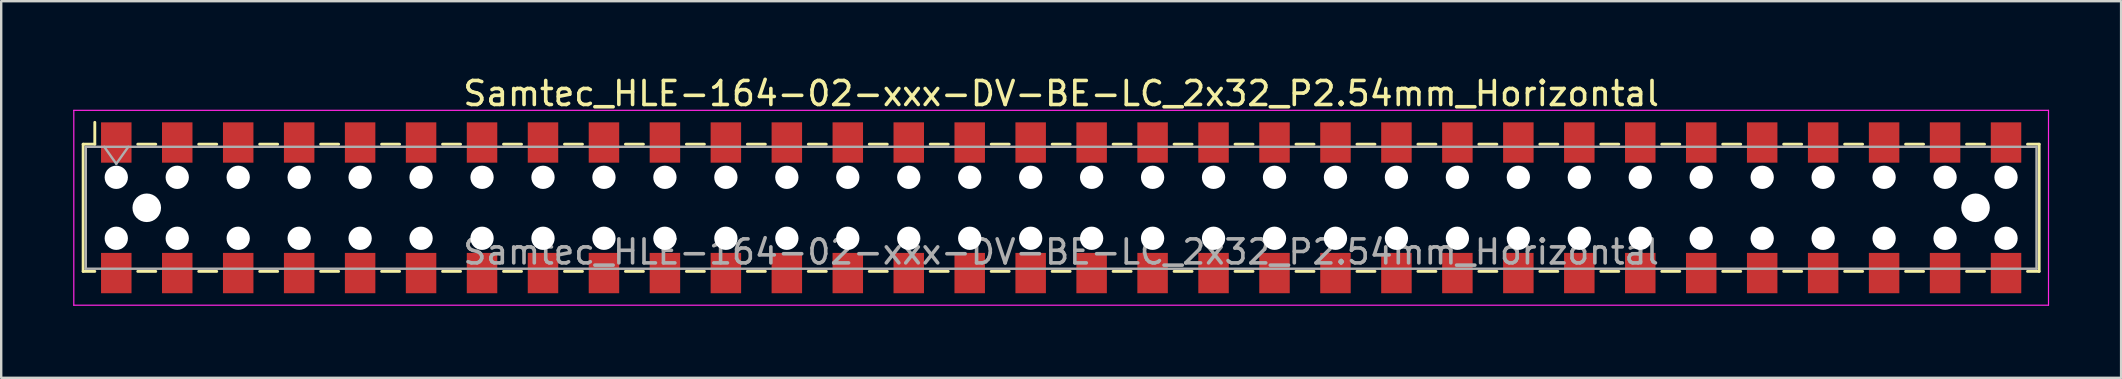
<source format=kicad_pcb>
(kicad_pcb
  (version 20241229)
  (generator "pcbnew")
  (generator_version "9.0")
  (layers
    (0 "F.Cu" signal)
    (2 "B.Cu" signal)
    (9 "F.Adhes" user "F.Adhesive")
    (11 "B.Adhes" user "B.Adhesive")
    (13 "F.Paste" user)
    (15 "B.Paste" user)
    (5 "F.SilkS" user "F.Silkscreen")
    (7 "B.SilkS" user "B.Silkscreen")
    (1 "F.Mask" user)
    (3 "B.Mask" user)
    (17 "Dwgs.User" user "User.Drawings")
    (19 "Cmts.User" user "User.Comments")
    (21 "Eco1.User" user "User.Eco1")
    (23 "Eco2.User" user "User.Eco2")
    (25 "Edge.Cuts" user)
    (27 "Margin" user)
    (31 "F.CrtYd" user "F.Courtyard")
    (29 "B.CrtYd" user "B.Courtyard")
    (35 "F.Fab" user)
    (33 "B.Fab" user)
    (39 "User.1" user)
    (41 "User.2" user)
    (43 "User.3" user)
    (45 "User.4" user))
  (footprint "Samtec_HLE-164-02-xxx-DV-BE-LC_2x32_P2.54mm_Horizontal"
    (layer "F.Cu")
    (at 41.165 5.608)
    (property "Reference" "Samtec_HLE-164-02-xxx-DV-BE-LC_2x32_P2.54mm_Horizontal" (at 0 -4.76 0) (layer "F.SilkS") (effects (font (size 1 1) (thickness 0.15))))
    (attr smd)
    (fp_line (start -40.75 -2.65) (end -40.75 2.65) (stroke (width 0.12) (type solid)) (layer "F.SilkS"))
    (fp_line (start -40.75 2.65) (end -40.265 2.65) (stroke (width 0.12) (type solid)) (layer "F.SilkS"))
    (fp_line (start -40.265 -3.56) (end -40.265 -2.65) (stroke (width 0.12) (type solid)) (layer "F.SilkS"))
    (fp_line (start -40.265 -2.65) (end -40.75 -2.65) (stroke (width 0.12) (type solid)) (layer "F.SilkS"))
    (fp_line (start -38.475 -2.65) (end -37.725 -2.65) (stroke (width 0.12) (type solid)) (layer "F.SilkS"))
    (fp_line (start -38.475 2.65) (end -37.725 2.65) (stroke (width 0.12) (type solid)) (layer "F.SilkS"))
    (fp_line (start -35.935 -2.65) (end -35.185 -2.65) (stroke (width 0.12) (type solid)) (layer "F.SilkS"))
    (fp_line (start -35.935 2.65) (end -35.185 2.65) (stroke (width 0.12) (type solid)) (layer "F.SilkS"))
    (fp_line (start -33.395 -2.65) (end -32.645 -2.65) (stroke (width 0.12) (type solid)) (layer "F.SilkS"))
    (fp_line (start -33.395 2.65) (end -32.645 2.65) (stroke (width 0.12) (type solid)) (layer "F.SilkS"))
    (fp_line (start -30.855 -2.65) (end -30.105 -2.65) (stroke (width 0.12) (type solid)) (layer "F.SilkS"))
    (fp_line (start -30.855 2.65) (end -30.105 2.65) (stroke (width 0.12) (type solid)) (layer "F.SilkS"))
    (fp_line (start -28.315 -2.65) (end -27.565 -2.65) (stroke (width 0.12) (type solid)) (layer "F.SilkS"))
    (fp_line (start -28.315 2.65) (end -27.565 2.65) (stroke (width 0.12) (type solid)) (layer "F.SilkS"))
    (fp_line (start -25.775 -2.65) (end -25.025 -2.65) (stroke (width 0.12) (type solid)) (layer "F.SilkS"))
    (fp_line (start -25.775 2.65) (end -25.025 2.65) (stroke (width 0.12) (type solid)) (layer "F.SilkS"))
    (fp_line (start -23.235 -2.65) (end -22.485 -2.65) (stroke (width 0.12) (type solid)) (layer "F.SilkS"))
    (fp_line (start -23.235 2.65) (end -22.485 2.65) (stroke (width 0.12) (type solid)) (layer "F.SilkS"))
    (fp_line (start -20.695 -2.65) (end -19.945 -2.65) (stroke (width 0.12) (type solid)) (layer "F.SilkS"))
    (fp_line (start -20.695 2.65) (end -19.945 2.65) (stroke (width 0.12) (type solid)) (layer "F.SilkS"))
    (fp_line (start -18.155 -2.65) (end -17.405 -2.65) (stroke (width 0.12) (type solid)) (layer "F.SilkS"))
    (fp_line (start -18.155 2.65) (end -17.405 2.65) (stroke (width 0.12) (type solid)) (layer "F.SilkS"))
    (fp_line (start -15.615 -2.65) (end -14.865 -2.65) (stroke (width 0.12) (type solid)) (layer "F.SilkS"))
    (fp_line (start -15.615 2.65) (end -14.865 2.65) (stroke (width 0.12) (type solid)) (layer "F.SilkS"))
    (fp_line (start -13.075 -2.65) (end -12.325 -2.65) (stroke (width 0.12) (type solid)) (layer "F.SilkS"))
    (fp_line (start -13.075 2.65) (end -12.325 2.65) (stroke (width 0.12) (type solid)) (layer "F.SilkS"))
    (fp_line (start -10.535 -2.65) (end -9.785 -2.65) (stroke (width 0.12) (type solid)) (layer "F.SilkS"))
    (fp_line (start -10.535 2.65) (end -9.785 2.65) (stroke (width 0.12) (type solid)) (layer "F.SilkS"))
    (fp_line (start -7.995 -2.65) (end -7.245 -2.65) (stroke (width 0.12) (type solid)) (layer "F.SilkS"))
    (fp_line (start -7.995 2.65) (end -7.245 2.65) (stroke (width 0.12) (type solid)) (layer "F.SilkS"))
    (fp_line (start -5.455 -2.65) (end -4.705 -2.65) (stroke (width 0.12) (type solid)) (layer "F.SilkS"))
    (fp_line (start -5.455 2.65) (end -4.705 2.65) (stroke (width 0.12) (type solid)) (layer "F.SilkS"))
    (fp_line (start -2.915 -2.65) (end -2.165 -2.65) (stroke (width 0.12) (type solid)) (layer "F.SilkS"))
    (fp_line (start -2.915 2.65) (end -2.165 2.65) (stroke (width 0.12) (type solid)) (layer "F.SilkS"))
    (fp_line (start -0.375 -2.65) (end 0.375 -2.65) (stroke (width 0.12) (type solid)) (layer "F.SilkS"))
    (fp_line (start -0.375 2.65) (end 0.375 2.65) (stroke (width 0.12) (type solid)) (layer "F.SilkS"))
    (fp_line (start 2.165 -2.65) (end 2.915 -2.65) (stroke (width 0.12) (type solid)) (layer "F.SilkS"))
    (fp_line (start 2.165 2.65) (end 2.915 2.65) (stroke (width 0.12) (type solid)) (layer "F.SilkS"))
    (fp_line (start 4.705 -2.65) (end 5.455 -2.65) (stroke (width 0.12) (type solid)) (layer "F.SilkS"))
    (fp_line (start 4.705 2.65) (end 5.455 2.65) (stroke (width 0.12) (type solid)) (layer "F.SilkS"))
    (fp_line (start 7.245 -2.65) (end 7.995 -2.65) (stroke (width 0.12) (type solid)) (layer "F.SilkS"))
    (fp_line (start 7.245 2.65) (end 7.995 2.65) (stroke (width 0.12) (type solid)) (layer "F.SilkS"))
    (fp_line (start 9.785 -2.65) (end 10.535 -2.65) (stroke (width 0.12) (type solid)) (layer "F.SilkS"))
    (fp_line (start 9.785 2.65) (end 10.535 2.65) (stroke (width 0.12) (type solid)) (layer "F.SilkS"))
    (fp_line (start 12.325 -2.65) (end 13.075 -2.65) (stroke (width 0.12) (type solid)) (layer "F.SilkS"))
    (fp_line (start 12.325 2.65) (end 13.075 2.65) (stroke (width 0.12) (type solid)) (layer "F.SilkS"))
    (fp_line (start 14.865 -2.65) (end 15.615 -2.65) (stroke (width 0.12) (type solid)) (layer "F.SilkS"))
    (fp_line (start 14.865 2.65) (end 15.615 2.65) (stroke (width 0.12) (type solid)) (layer "F.SilkS"))
    (fp_line (start 17.405 -2.65) (end 18.155 -2.65) (stroke (width 0.12) (type solid)) (layer "F.SilkS"))
    (fp_line (start 17.405 2.65) (end 18.155 2.65) (stroke (width 0.12) (type solid)) (layer "F.SilkS"))
    (fp_line (start 19.945 -2.65) (end 20.695 -2.65) (stroke (width 0.12) (type solid)) (layer "F.SilkS"))
    (fp_line (start 19.945 2.65) (end 20.695 2.65) (stroke (width 0.12) (type solid)) (layer "F.SilkS"))
    (fp_line (start 22.485 -2.65) (end 23.235 -2.65) (stroke (width 0.12) (type solid)) (layer "F.SilkS"))
    (fp_line (start 22.485 2.65) (end 23.235 2.65) (stroke (width 0.12) (type solid)) (layer "F.SilkS"))
    (fp_line (start 25.025 -2.65) (end 25.775 -2.65) (stroke (width 0.12) (type solid)) (layer "F.SilkS"))
    (fp_line (start 25.025 2.65) (end 25.775 2.65) (stroke (width 0.12) (type solid)) (layer "F.SilkS"))
    (fp_line (start 27.565 -2.65) (end 28.315 -2.65) (stroke (width 0.12) (type solid)) (layer "F.SilkS"))
    (fp_line (start 27.565 2.65) (end 28.315 2.65) (stroke (width 0.12) (type solid)) (layer "F.SilkS"))
    (fp_line (start 30.105 -2.65) (end 30.855 -2.65) (stroke (width 0.12) (type solid)) (layer "F.SilkS"))
    (fp_line (start 30.105 2.65) (end 30.855 2.65) (stroke (width 0.12) (type solid)) (layer "F.SilkS"))
    (fp_line (start 32.645 -2.65) (end 33.395 -2.65) (stroke (width 0.12) (type solid)) (layer "F.SilkS"))
    (fp_line (start 32.645 2.65) (end 33.395 2.65) (stroke (width 0.12) (type solid)) (layer "F.SilkS"))
    (fp_line (start 35.185 -2.65) (end 35.935 -2.65) (stroke (width 0.12) (type solid)) (layer "F.SilkS"))
    (fp_line (start 35.185 2.65) (end 35.935 2.65) (stroke (width 0.12) (type solid)) (layer "F.SilkS"))
    (fp_line (start 37.725 -2.65) (end 38.475 -2.65) (stroke (width 0.12) (type solid)) (layer "F.SilkS"))
    (fp_line (start 37.725 2.65) (end 38.475 2.65) (stroke (width 0.12) (type solid)) (layer "F.SilkS"))
    (fp_line (start 40.265 -2.65) (end 40.75 -2.65) (stroke (width 0.12) (type solid)) (layer "F.SilkS"))
    (fp_line (start 40.75 -2.65) (end 40.75 2.65) (stroke (width 0.12) (type solid)) (layer "F.SilkS"))
    (fp_line (start 40.75 2.65) (end 40.265 2.65) (stroke (width 0.12) (type solid)) (layer "F.SilkS"))
    (fp_line (start -41.14 -4.06) (end 41.14 -4.06) (stroke (width 0.05) (type solid)) (layer "F.CrtYd"))
    (fp_line (start -41.14 4.06) (end -41.14 -4.06) (stroke (width 0.05) (type solid)) (layer "F.CrtYd"))
    (fp_line (start 41.14 -4.06) (end 41.14 4.06) (stroke (width 0.05) (type solid)) (layer "F.CrtYd"))
    (fp_line (start 41.14 4.06) (end -41.14 4.06) (stroke (width 0.05) (type solid)) (layer "F.CrtYd"))
    (fp_line (start -40.64 -2.54) (end 40.64 -2.54) (stroke (width 0.1) (type solid)) (layer "F.Fab"))
    (fp_line (start -40.64 2.54) (end -40.64 -2.54) (stroke (width 0.1) (type solid)) (layer "F.Fab"))
    (fp_line (start -39.87 -2.54) (end -39.37 -1.833) (stroke (width 0.1) (type solid)) (layer "F.Fab"))
    (fp_line (start -39.37 -1.833) (end -38.87 -2.54) (stroke (width 0.1) (type solid)) (layer "F.Fab"))
    (fp_line (start 40.64 -2.54) (end 40.64 2.54) (stroke (width 0.1) (type solid)) (layer "F.Fab"))
    (fp_line (start 40.64 2.54) (end -40.64 2.54) (stroke (width 0.1) (type solid)) (layer "F.Fab"))
    (fp_text user "${REFERENCE}" (at 0 1.84 0) (layer "F.Fab") (effects (font (size 1 1) (thickness 0.15))))
    (pad "" np_thru_hole circle (at -39.37 -1.27) (size 0.97 0.97) (drill 0.97) (layers "*.Cu" "*.Mask"))
    (pad "" np_thru_hole circle (at -39.37 1.27) (size 0.97 0.97) (drill 0.97) (layers "*.Cu" "*.Mask"))
    (pad "" np_thru_hole circle (at -38.1 0) (size 1.19 1.19) (drill 1.19) (layers "*.Cu" "*.Mask"))
    (pad "" np_thru_hole circle (at -36.83 -1.27) (size 0.97 0.97) (drill 0.97) (layers "*.Cu" "*.Mask"))
    (pad "" np_thru_hole circle (at -36.83 1.27) (size 0.97 0.97) (drill 0.97) (layers "*.Cu" "*.Mask"))
    (pad "" np_thru_hole circle (at -34.29 -1.27) (size 0.97 0.97) (drill 0.97) (layers "*.Cu" "*.Mask"))
    (pad "" np_thru_hole circle (at -34.29 1.27) (size 0.97 0.97) (drill 0.97) (layers "*.Cu" "*.Mask"))
    (pad "" np_thru_hole circle (at -31.75 -1.27) (size 0.97 0.97) (drill 0.97) (layers "*.Cu" "*.Mask"))
    (pad "" np_thru_hole circle (at -31.75 1.27) (size 0.97 0.97) (drill 0.97) (layers "*.Cu" "*.Mask"))
    (pad "" np_thru_hole circle (at -29.21 -1.27) (size 0.97 0.97) (drill 0.97) (layers "*.Cu" "*.Mask"))
    (pad "" np_thru_hole circle (at -29.21 1.27) (size 0.97 0.97) (drill 0.97) (layers "*.Cu" "*.Mask"))
    (pad "" np_thru_hole circle (at -26.67 -1.27) (size 0.97 0.97) (drill 0.97) (layers "*.Cu" "*.Mask"))
    (pad "" np_thru_hole circle (at -26.67 1.27) (size 0.97 0.97) (drill 0.97) (layers "*.Cu" "*.Mask"))
    (pad "" np_thru_hole circle (at -24.13 -1.27) (size 0.97 0.97) (drill 0.97) (layers "*.Cu" "*.Mask"))
    (pad "" np_thru_hole circle (at -24.13 1.27) (size 0.97 0.97) (drill 0.97) (layers "*.Cu" "*.Mask"))
    (pad "" np_thru_hole circle (at -21.59 -1.27) (size 0.97 0.97) (drill 0.97) (layers "*.Cu" "*.Mask"))
    (pad "" np_thru_hole circle (at -21.59 1.27) (size 0.97 0.97) (drill 0.97) (layers "*.Cu" "*.Mask"))
    (pad "" np_thru_hole circle (at -19.05 -1.27) (size 0.97 0.97) (drill 0.97) (layers "*.Cu" "*.Mask"))
    (pad "" np_thru_hole circle (at -19.05 1.27) (size 0.97 0.97) (drill 0.97) (layers "*.Cu" "*.Mask"))
    (pad "" np_thru_hole circle (at -16.51 -1.27) (size 0.97 0.97) (drill 0.97) (layers "*.Cu" "*.Mask"))
    (pad "" np_thru_hole circle (at -16.51 1.27) (size 0.97 0.97) (drill 0.97) (layers "*.Cu" "*.Mask"))
    (pad "" np_thru_hole circle (at -13.97 -1.27) (size 0.97 0.97) (drill 0.97) (layers "*.Cu" "*.Mask"))
    (pad "" np_thru_hole circle (at -13.97 1.27) (size 0.97 0.97) (drill 0.97) (layers "*.Cu" "*.Mask"))
    (pad "" np_thru_hole circle (at -11.43 -1.27) (size 0.97 0.97) (drill 0.97) (layers "*.Cu" "*.Mask"))
    (pad "" np_thru_hole circle (at -11.43 1.27) (size 0.97 0.97) (drill 0.97) (layers "*.Cu" "*.Mask"))
    (pad "" np_thru_hole circle (at -8.89 -1.27) (size 0.97 0.97) (drill 0.97) (layers "*.Cu" "*.Mask"))
    (pad "" np_thru_hole circle (at -8.89 1.27) (size 0.97 0.97) (drill 0.97) (layers "*.Cu" "*.Mask"))
    (pad "" np_thru_hole circle (at -6.35 -1.27) (size 0.97 0.97) (drill 0.97) (layers "*.Cu" "*.Mask"))
    (pad "" np_thru_hole circle (at -6.35 1.27) (size 0.97 0.97) (drill 0.97) (layers "*.Cu" "*.Mask"))
    (pad "" np_thru_hole circle (at -3.81 -1.27) (size 0.97 0.97) (drill 0.97) (layers "*.Cu" "*.Mask"))
    (pad "" np_thru_hole circle (at -3.81 1.27) (size 0.97 0.97) (drill 0.97) (layers "*.Cu" "*.Mask"))
    (pad "" np_thru_hole circle (at -1.27 -1.27) (size 0.97 0.97) (drill 0.97) (layers "*.Cu" "*.Mask"))
    (pad "" np_thru_hole circle (at -1.27 1.27) (size 0.97 0.97) (drill 0.97) (layers "*.Cu" "*.Mask"))
    (pad "" np_thru_hole circle (at 1.27 -1.27) (size 0.97 0.97) (drill 0.97) (layers "*.Cu" "*.Mask"))
    (pad "" np_thru_hole circle (at 1.27 1.27) (size 0.97 0.97) (drill 0.97) (layers "*.Cu" "*.Mask"))
    (pad "" np_thru_hole circle (at 3.81 -1.27) (size 0.97 0.97) (drill 0.97) (layers "*.Cu" "*.Mask"))
    (pad "" np_thru_hole circle (at 3.81 1.27) (size 0.97 0.97) (drill 0.97) (layers "*.Cu" "*.Mask"))
    (pad "" np_thru_hole circle (at 6.35 -1.27) (size 0.97 0.97) (drill 0.97) (layers "*.Cu" "*.Mask"))
    (pad "" np_thru_hole circle (at 6.35 1.27) (size 0.97 0.97) (drill 0.97) (layers "*.Cu" "*.Mask"))
    (pad "" np_thru_hole circle (at 8.89 -1.27) (size 0.97 0.97) (drill 0.97) (layers "*.Cu" "*.Mask"))
    (pad "" np_thru_hole circle (at 8.89 1.27) (size 0.97 0.97) (drill 0.97) (layers "*.Cu" "*.Mask"))
    (pad "" np_thru_hole circle (at 11.43 -1.27) (size 0.97 0.97) (drill 0.97) (layers "*.Cu" "*.Mask"))
    (pad "" np_thru_hole circle (at 11.43 1.27) (size 0.97 0.97) (drill 0.97) (layers "*.Cu" "*.Mask"))
    (pad "" np_thru_hole circle (at 13.97 -1.27) (size 0.97 0.97) (drill 0.97) (layers "*.Cu" "*.Mask"))
    (pad "" np_thru_hole circle (at 13.97 1.27) (size 0.97 0.97) (drill 0.97) (layers "*.Cu" "*.Mask"))
    (pad "" np_thru_hole circle (at 16.51 -1.27) (size 0.97 0.97) (drill 0.97) (layers "*.Cu" "*.Mask"))
    (pad "" np_thru_hole circle (at 16.51 1.27) (size 0.97 0.97) (drill 0.97) (layers "*.Cu" "*.Mask"))
    (pad "" np_thru_hole circle (at 19.05 -1.27) (size 0.97 0.97) (drill 0.97) (layers "*.Cu" "*.Mask"))
    (pad "" np_thru_hole circle (at 19.05 1.27) (size 0.97 0.97) (drill 0.97) (layers "*.Cu" "*.Mask"))
    (pad "" np_thru_hole circle (at 21.59 -1.27) (size 0.97 0.97) (drill 0.97) (layers "*.Cu" "*.Mask"))
    (pad "" np_thru_hole circle (at 21.59 1.27) (size 0.97 0.97) (drill 0.97) (layers "*.Cu" "*.Mask"))
    (pad "" np_thru_hole circle (at 24.13 -1.27) (size 0.97 0.97) (drill 0.97) (layers "*.Cu" "*.Mask"))
    (pad "" np_thru_hole circle (at 24.13 1.27) (size 0.97 0.97) (drill 0.97) (layers "*.Cu" "*.Mask"))
    (pad "" np_thru_hole circle (at 26.67 -1.27) (size 0.97 0.97) (drill 0.97) (layers "*.Cu" "*.Mask"))
    (pad "" np_thru_hole circle (at 26.67 1.27) (size 0.97 0.97) (drill 0.97) (layers "*.Cu" "*.Mask"))
    (pad "" np_thru_hole circle (at 29.21 -1.27) (size 0.97 0.97) (drill 0.97) (layers "*.Cu" "*.Mask"))
    (pad "" np_thru_hole circle (at 29.21 1.27) (size 0.97 0.97) (drill 0.97) (layers "*.Cu" "*.Mask"))
    (pad "" np_thru_hole circle (at 31.75 -1.27) (size 0.97 0.97) (drill 0.97) (layers "*.Cu" "*.Mask"))
    (pad "" np_thru_hole circle (at 31.75 1.27) (size 0.97 0.97) (drill 0.97) (layers "*.Cu" "*.Mask"))
    (pad "" np_thru_hole circle (at 34.29 -1.27) (size 0.97 0.97) (drill 0.97) (layers "*.Cu" "*.Mask"))
    (pad "" np_thru_hole circle (at 34.29 1.27) (size 0.97 0.97) (drill 0.97) (layers "*.Cu" "*.Mask"))
    (pad "" np_thru_hole circle (at 36.83 -1.27) (size 0.97 0.97) (drill 0.97) (layers "*.Cu" "*.Mask"))
    (pad "" np_thru_hole circle (at 36.83 1.27) (size 0.97 0.97) (drill 0.97) (layers "*.Cu" "*.Mask"))
    (pad "" np_thru_hole circle (at 38.1 0) (size 1.19 1.19) (drill 1.19) (layers "*.Cu" "*.Mask"))
    (pad "" np_thru_hole circle (at 39.37 -1.27) (size 0.97 0.97) (drill 0.97) (layers "*.Cu" "*.Mask"))
    (pad "" np_thru_hole circle (at 39.37 1.27) (size 0.97 0.97) (drill 0.97) (layers "*.Cu" "*.Mask"))
    (pad "1" smd rect (at -39.37 -2.72) (size 1.27 1.68) (layers "F.Cu" "F.Mask" "F.Paste"))
    (pad "2" smd rect (at -39.37 2.72) (size 1.27 1.68) (layers "F.Cu" "F.Mask" "F.Paste"))
    (pad "3" smd rect (at -36.83 -2.72) (size 1.27 1.68) (layers "F.Cu" "F.Mask" "F.Paste"))
    (pad "4" smd rect (at -36.83 2.72) (size 1.27 1.68) (layers "F.Cu" "F.Mask" "F.Paste"))
    (pad "5" smd rect (at -34.29 -2.72) (size 1.27 1.68) (layers "F.Cu" "F.Mask" "F.Paste"))
    (pad "6" smd rect (at -34.29 2.72) (size 1.27 1.68) (layers "F.Cu" "F.Mask" "F.Paste"))
    (pad "7" smd rect (at -31.75 -2.72) (size 1.27 1.68) (layers "F.Cu" "F.Mask" "F.Paste"))
    (pad "8" smd rect (at -31.75 2.72) (size 1.27 1.68) (layers "F.Cu" "F.Mask" "F.Paste"))
    (pad "9" smd rect (at -29.21 -2.72) (size 1.27 1.68) (layers "F.Cu" "F.Mask" "F.Paste"))
    (pad "10" smd rect (at -29.21 2.72) (size 1.27 1.68) (layers "F.Cu" "F.Mask" "F.Paste"))
    (pad "11" smd rect (at -26.67 -2.72) (size 1.27 1.68) (layers "F.Cu" "F.Mask" "F.Paste"))
    (pad "12" smd rect (at -26.67 2.72) (size 1.27 1.68) (layers "F.Cu" "F.Mask" "F.Paste"))
    (pad "13" smd rect (at -24.13 -2.72) (size 1.27 1.68) (layers "F.Cu" "F.Mask" "F.Paste"))
    (pad "14" smd rect (at -24.13 2.72) (size 1.27 1.68) (layers "F.Cu" "F.Mask" "F.Paste"))
    (pad "15" smd rect (at -21.59 -2.72) (size 1.27 1.68) (layers "F.Cu" "F.Mask" "F.Paste"))
    (pad "16" smd rect (at -21.59 2.72) (size 1.27 1.68) (layers "F.Cu" "F.Mask" "F.Paste"))
    (pad "17" smd rect (at -19.05 -2.72) (size 1.27 1.68) (layers "F.Cu" "F.Mask" "F.Paste"))
    (pad "18" smd rect (at -19.05 2.72) (size 1.27 1.68) (layers "F.Cu" "F.Mask" "F.Paste"))
    (pad "19" smd rect (at -16.51 -2.72) (size 1.27 1.68) (layers "F.Cu" "F.Mask" "F.Paste"))
    (pad "20" smd rect (at -16.51 2.72) (size 1.27 1.68) (layers "F.Cu" "F.Mask" "F.Paste"))
    (pad "21" smd rect (at -13.97 -2.72) (size 1.27 1.68) (layers "F.Cu" "F.Mask" "F.Paste"))
    (pad "22" smd rect (at -13.97 2.72) (size 1.27 1.68) (layers "F.Cu" "F.Mask" "F.Paste"))
    (pad "23" smd rect (at -11.43 -2.72) (size 1.27 1.68) (layers "F.Cu" "F.Mask" "F.Paste"))
    (pad "24" smd rect (at -11.43 2.72) (size 1.27 1.68) (layers "F.Cu" "F.Mask" "F.Paste"))
    (pad "25" smd rect (at -8.89 -2.72) (size 1.27 1.68) (layers "F.Cu" "F.Mask" "F.Paste"))
    (pad "26" smd rect (at -8.89 2.72) (size 1.27 1.68) (layers "F.Cu" "F.Mask" "F.Paste"))
    (pad "27" smd rect (at -6.35 -2.72) (size 1.27 1.68) (layers "F.Cu" "F.Mask" "F.Paste"))
    (pad "28" smd rect (at -6.35 2.72) (size 1.27 1.68) (layers "F.Cu" "F.Mask" "F.Paste"))
    (pad "29" smd rect (at -3.81 -2.72) (size 1.27 1.68) (layers "F.Cu" "F.Mask" "F.Paste"))
    (pad "30" smd rect (at -3.81 2.72) (size 1.27 1.68) (layers "F.Cu" "F.Mask" "F.Paste"))
    (pad "31" smd rect (at -1.27 -2.72) (size 1.27 1.68) (layers "F.Cu" "F.Mask" "F.Paste"))
    (pad "32" smd rect (at -1.27 2.72) (size 1.27 1.68) (layers "F.Cu" "F.Mask" "F.Paste"))
    (pad "33" smd rect (at 1.27 -2.72) (size 1.27 1.68) (layers "F.Cu" "F.Mask" "F.Paste"))
    (pad "34" smd rect (at 1.27 2.72) (size 1.27 1.68) (layers "F.Cu" "F.Mask" "F.Paste"))
    (pad "35" smd rect (at 3.81 -2.72) (size 1.27 1.68) (layers "F.Cu" "F.Mask" "F.Paste"))
    (pad "36" smd rect (at 3.81 2.72) (size 1.27 1.68) (layers "F.Cu" "F.Mask" "F.Paste"))
    (pad "37" smd rect (at 6.35 -2.72) (size 1.27 1.68) (layers "F.Cu" "F.Mask" "F.Paste"))
    (pad "38" smd rect (at 6.35 2.72) (size 1.27 1.68) (layers "F.Cu" "F.Mask" "F.Paste"))
    (pad "39" smd rect (at 8.89 -2.72) (size 1.27 1.68) (layers "F.Cu" "F.Mask" "F.Paste"))
    (pad "40" smd rect (at 8.89 2.72) (size 1.27 1.68) (layers "F.Cu" "F.Mask" "F.Paste"))
    (pad "41" smd rect (at 11.43 -2.72) (size 1.27 1.68) (layers "F.Cu" "F.Mask" "F.Paste"))
    (pad "42" smd rect (at 11.43 2.72) (size 1.27 1.68) (layers "F.Cu" "F.Mask" "F.Paste"))
    (pad "43" smd rect (at 13.97 -2.72) (size 1.27 1.68) (layers "F.Cu" "F.Mask" "F.Paste"))
    (pad "44" smd rect (at 13.97 2.72) (size 1.27 1.68) (layers "F.Cu" "F.Mask" "F.Paste"))
    (pad "45" smd rect (at 16.51 -2.72) (size 1.27 1.68) (layers "F.Cu" "F.Mask" "F.Paste"))
    (pad "46" smd rect (at 16.51 2.72) (size 1.27 1.68) (layers "F.Cu" "F.Mask" "F.Paste"))
    (pad "47" smd rect (at 19.05 -2.72) (size 1.27 1.68) (layers "F.Cu" "F.Mask" "F.Paste"))
    (pad "48" smd rect (at 19.05 2.72) (size 1.27 1.68) (layers "F.Cu" "F.Mask" "F.Paste"))
    (pad "49" smd rect (at 21.59 -2.72) (size 1.27 1.68) (layers "F.Cu" "F.Mask" "F.Paste"))
    (pad "50" smd rect (at 21.59 2.72) (size 1.27 1.68) (layers "F.Cu" "F.Mask" "F.Paste"))
    (pad "51" smd rect (at 24.13 -2.72) (size 1.27 1.68) (layers "F.Cu" "F.Mask" "F.Paste"))
    (pad "52" smd rect (at 24.13 2.72) (size 1.27 1.68) (layers "F.Cu" "F.Mask" "F.Paste"))
    (pad "53" smd rect (at 26.67 -2.72) (size 1.27 1.68) (layers "F.Cu" "F.Mask" "F.Paste"))
    (pad "54" smd rect (at 26.67 2.72) (size 1.27 1.68) (layers "F.Cu" "F.Mask" "F.Paste"))
    (pad "55" smd rect (at 29.21 -2.72) (size 1.27 1.68) (layers "F.Cu" "F.Mask" "F.Paste"))
    (pad "56" smd rect (at 29.21 2.72) (size 1.27 1.68) (layers "F.Cu" "F.Mask" "F.Paste"))
    (pad "57" smd rect (at 31.75 -2.72) (size 1.27 1.68) (layers "F.Cu" "F.Mask" "F.Paste"))
    (pad "58" smd rect (at 31.75 2.72) (size 1.27 1.68) (layers "F.Cu" "F.Mask" "F.Paste"))
    (pad "59" smd rect (at 34.29 -2.72) (size 1.27 1.68) (layers "F.Cu" "F.Mask" "F.Paste"))
    (pad "60" smd rect (at 34.29 2.72) (size 1.27 1.68) (layers "F.Cu" "F.Mask" "F.Paste"))
    (pad "61" smd rect (at 36.83 -2.72) (size 1.27 1.68) (layers "F.Cu" "F.Mask" "F.Paste"))
    (pad "62" smd rect (at 36.83 2.72) (size 1.27 1.68) (layers "F.Cu" "F.Mask" "F.Paste"))
    (pad "63" smd rect (at 39.37 -2.72) (size 1.27 1.68) (layers "F.Cu" "F.Mask" "F.Paste"))
    (pad "64" smd rect (at 39.37 2.72) (size 1.27 1.68) (layers "F.Cu" "F.Mask" "F.Paste")))
  (gr_rect
    (start -3 -3)
    (end 85.33 12.693)
    (stroke (width 0.1) (type default))
    (fill no)
    (layer "Edge.Cuts")))
</source>
